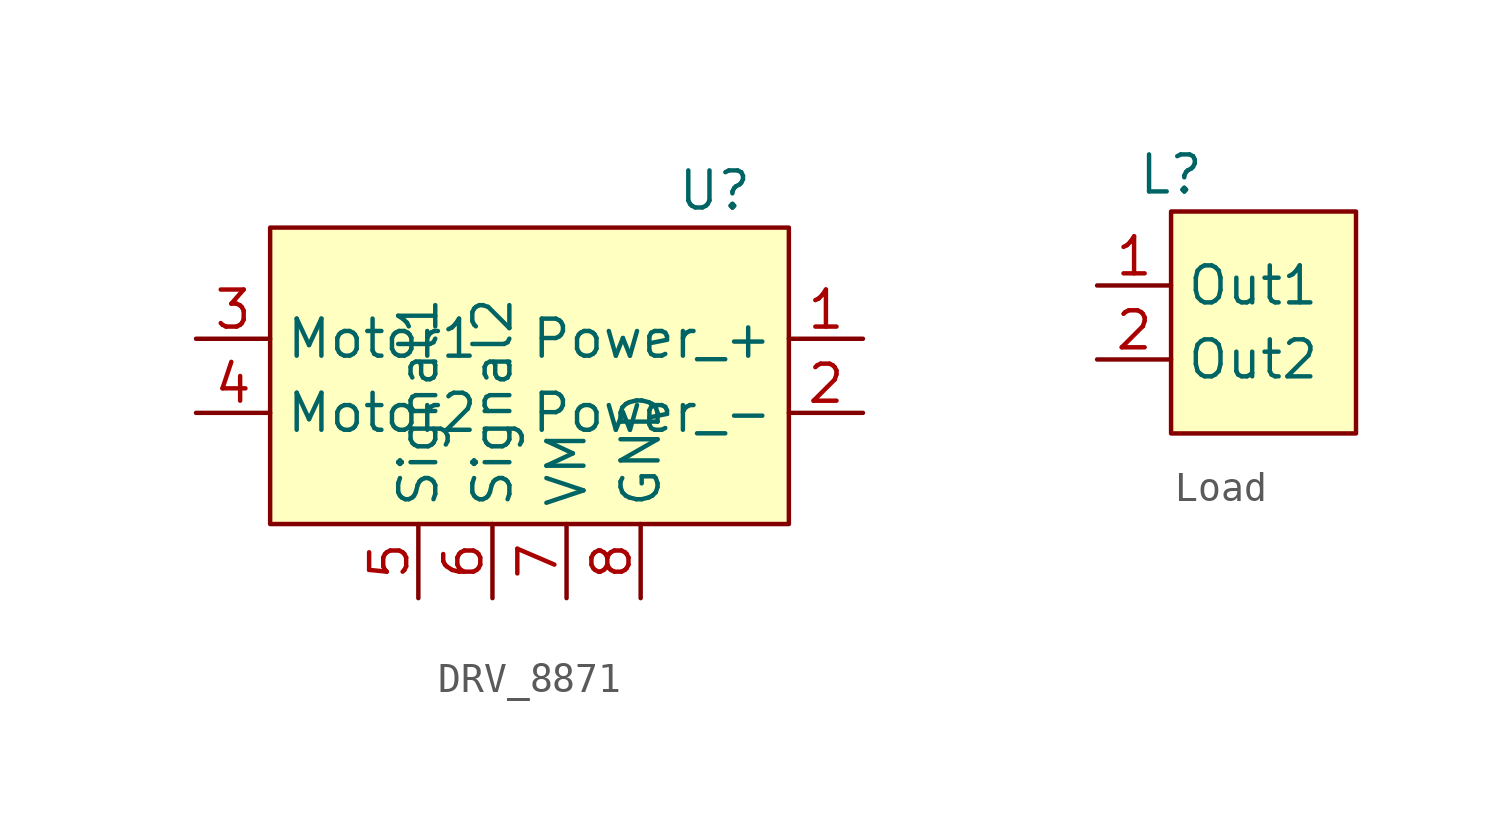
<source format=kicad_sym>
(kicad_symbol_lib
  (version 20220914)
  (generator kicad_symbol_editor)
  (symbol "DRV_8871"
    (property "Reference" "U"
      (at 2.54 2.54 0)
      (effects (font (size 1.27 1.27))))
    (property "Value" ""
      (at 0 0 0)
      (effects (font (size 1.27 1.27))))
    (symbol "DRV_8871_1_1"
      (rectangle (start -12.7 1.27) (end 5.08 -8.89) (stroke (width 0) (type default)) (fill (type background)))
      (pin power_in line (at 7.62 -2.54 180) (length 2.54) (name "Power_+" (effects (font (size 1.27 1.27)))) (number "1" (effects (font (size 1.27 1.27)))))
      (pin power_in line (at 7.62 -5.08 180) (length 2.54) (name "Power_-" (effects (font (size 1.27 1.27)))) (number "2" (effects (font (size 1.27 1.27)))))
      (pin power_out line (at -15.24 -2.54 0) (length 2.54) (name "Motor1" (effects (font (size 1.27 1.27)))) (number "3" (effects (font (size 1.27 1.27)))))
      (pin power_out line (at -15.24 -5.08 0) (length 2.54) (name "Motor2" (effects (font (size 1.27 1.27)))) (number "4" (effects (font (size 1.27 1.27)))))
      (pin input line (at -7.62 -11.43 90) (length 2.54) (name "Signal1" (effects (font (size 1.27 1.27)))) (number "5" (effects (font (size 1.27 1.27)))))
      (pin input line (at -5.08 -11.43 90) (length 2.54) (name "Signal2" (effects (font (size 1.27 1.27)))) (number "6" (effects (font (size 1.27 1.27)))))
      (pin power_in line (at -2.54 -11.43 90) (length 2.54) (name "VM" (effects (font (size 1.27 1.27)))) (number "7" (effects (font (size 1.27 1.27)))))
      (pin unspecified line (at 0 -11.43 90) (length 2.54) (name "GND" (effects (font (size 1.27 1.27)))) (number "8" (effects (font (size 1.27 1.27)))))))
  (symbol "Load"
    (property "Reference" "L"
      (at 0 1.27 0)
      (effects (font (size 1.27 1.27))))
    (property "Value" ""
      (at 0 1.27 0)
      (effects (font (size 1.27 1.27))))
    (symbol "Load_1_1"
      (rectangle (start 0 0) (end 6.35 -7.62) (stroke (width 0) (type default)) (fill (type background)))
      (pin power_out line (at -2.54 -2.54 0) (length 2.54) (name "Out1" (effects (font (size 1.27 1.27)))) (number "1" (effects (font (size 1.27 1.27)))))
      (pin power_out line (at -2.54 -5.08 0) (length 2.54) (name "Out2" (effects (font (size 1.27 1.27)))) (number "2" (effects (font (size 1.27 1.27))))))))
</source>
